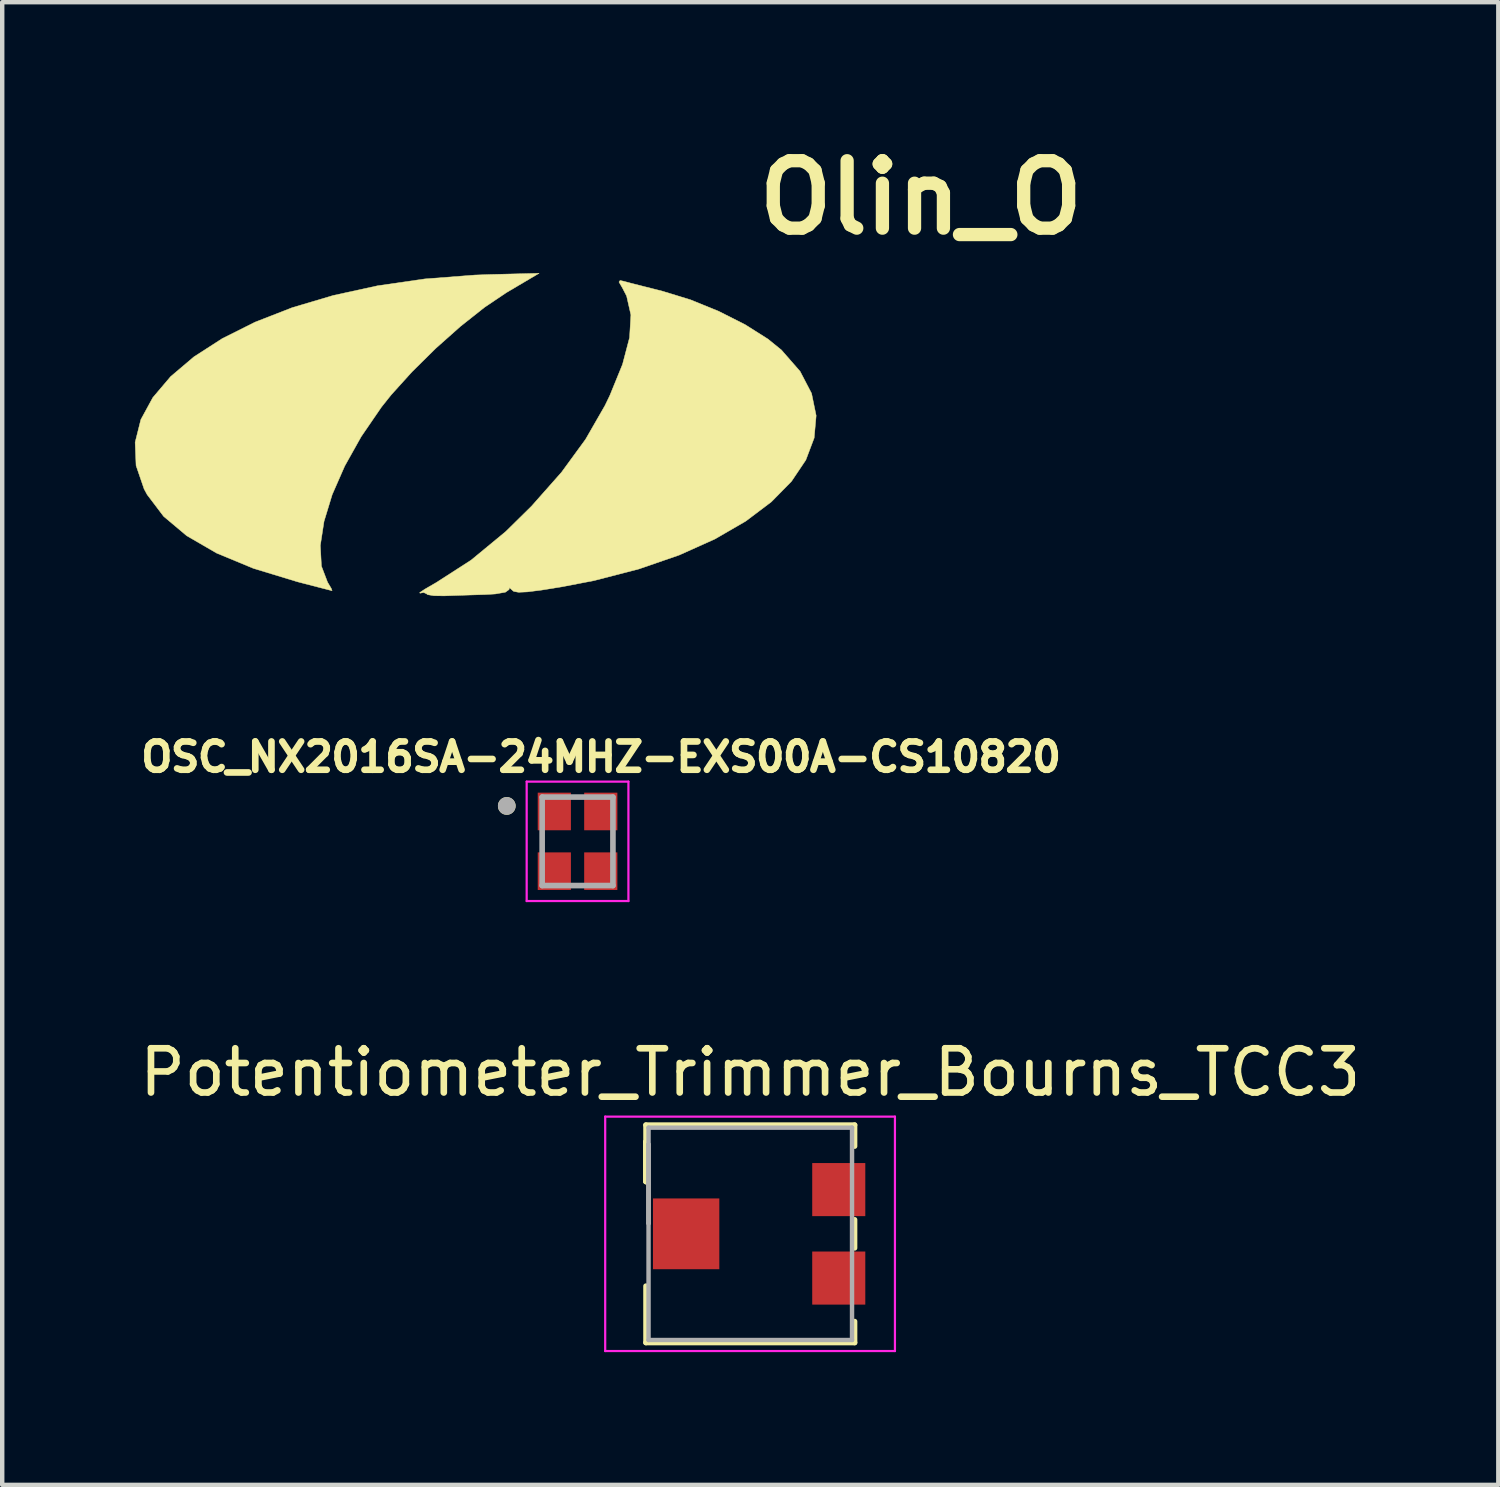
<source format=kicad_pcb>
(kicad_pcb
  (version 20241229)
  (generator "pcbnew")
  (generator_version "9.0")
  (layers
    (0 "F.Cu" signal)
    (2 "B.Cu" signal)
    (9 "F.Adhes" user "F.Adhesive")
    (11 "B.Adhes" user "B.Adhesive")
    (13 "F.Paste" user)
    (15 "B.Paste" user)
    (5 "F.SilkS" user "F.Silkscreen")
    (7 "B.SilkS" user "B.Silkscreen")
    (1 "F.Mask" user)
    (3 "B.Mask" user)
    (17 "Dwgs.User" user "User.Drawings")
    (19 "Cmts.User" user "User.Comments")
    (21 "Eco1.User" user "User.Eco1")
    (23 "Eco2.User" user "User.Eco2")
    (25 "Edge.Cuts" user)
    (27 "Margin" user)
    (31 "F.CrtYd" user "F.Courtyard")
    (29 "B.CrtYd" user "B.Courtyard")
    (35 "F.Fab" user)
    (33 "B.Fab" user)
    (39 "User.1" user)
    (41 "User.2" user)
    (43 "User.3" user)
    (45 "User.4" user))
  (footprint "Potentiometer_Trimmer_Bourns_TCC3"
    (layer "F.Cu")
    (at 13.911 24.842)
    (property "Reference" "Potentiometer_Trimmer_Bourns_TCC3" (at 0 -3.65 0) (layer "F.SilkS") (effects (font (size 1 1) (thickness 0.15))))
    (attr smd)
    (fp_line (start -2.36 -2.46) (end -2.36 -1.18) (stroke (width 0.12) (type solid)) (layer "F.SilkS"))
    (fp_line (start -2.36 -2.46) (end 2.36 -2.46) (stroke (width 0.12) (type solid)) (layer "F.SilkS"))
    (fp_line (start -2.36 -2.08) (end -2.36 -2.08) (stroke (width 0.12) (type solid)) (layer "F.SilkS"))
    (fp_line (start -2.36 -2.08) (end -2.36 -1.18) (stroke (width 0.12) (type solid)) (layer "F.SilkS"))
    (fp_line (start -2.36 -2.08) (end -2.36 -1.18) (stroke (width 0.12) (type solid)) (layer "F.SilkS"))
    (fp_line (start -2.36 1.18) (end -2.36 2.46) (stroke (width 0.12) (type solid)) (layer "F.SilkS"))
    (fp_line (start -2.36 2.46) (end 2.36 2.46) (stroke (width 0.12) (type solid)) (layer "F.SilkS"))
    (fp_line (start 2.36 -2.46) (end 2.36 -1.98) (stroke (width 0.12) (type solid)) (layer "F.SilkS"))
    (fp_line (start 2.36 -0.32) (end 2.36 0.32) (stroke (width 0.12) (type solid)) (layer "F.SilkS"))
    (fp_line (start 2.36 1.98) (end 2.36 2.46) (stroke (width 0.12) (type solid)) (layer "F.SilkS"))
    (fp_line (start -3.28 -2.65) (end -3.28 2.65) (stroke (width 0.05) (type solid)) (layer "F.CrtYd"))
    (fp_line (start -3.28 2.65) (end 3.27 2.65) (stroke (width 0.05) (type solid)) (layer "F.CrtYd"))
    (fp_line (start 3.27 -2.65) (end -3.28 -2.65) (stroke (width 0.05) (type solid)) (layer "F.CrtYd"))
    (fp_line (start 3.27 2.65) (end 3.27 -2.65) (stroke (width 0.05) (type solid)) (layer "F.CrtYd"))
    (fp_line (start -2.3 -2.4) (end -2.3 2.4) (stroke (width 0.1) (type solid)) (layer "F.Fab"))
    (fp_line (start -2.3 -2.02) (end -2.3 -2.02) (stroke (width 0.1) (type solid)) (layer "F.Fab"))
    (fp_line (start -2.3 -2.02) (end -2.3 -0.24) (stroke (width 0.1) (type solid)) (layer "F.Fab"))
    (fp_line (start -2.3 -1.13) (end -2.3 -1.13) (stroke (width 0.1) (type solid)) (layer "F.Fab"))
    (fp_line (start -2.3 -0.24) (end -2.3 -2.02) (stroke (width 0.1) (type solid)) (layer "F.Fab"))
    (fp_line (start -2.3 -0.24) (end -2.3 -0.24) (stroke (width 0.1) (type solid)) (layer "F.Fab"))
    (fp_line (start -2.3 2.4) (end 2.3 2.4) (stroke (width 0.1) (type solid)) (layer "F.Fab"))
    (fp_line (start 2.3 -2.4) (end -2.3 -2.4) (stroke (width 0.1) (type solid)) (layer "F.Fab"))
    (fp_line (start 2.3 2.4) (end 2.3 -2.4) (stroke (width 0.1) (type solid)) (layer "F.Fab"))
    (pad "1" smd rect (at 2 1) (size 1.2 1.2) (layers "F.Cu" "F.Mask"))
    (pad "2" smd rect (at -1.45 0) (size 1.5 1.6) (layers "F.Cu" "F.Mask"))
    (pad "3" smd rect (at 2 -1) (size 1.2 1.2) (layers "F.Cu" "F.Mask")))
  (footprint "Olin_O"
    (layer "F.Cu")
    (at 7.609 6.498)
    (property "Reference" "Olin_O" (at 10.16 -5.08 0) (layer "F.SilkS") (effects (font (size 1.524 1.524) (thickness 0.3))))
    (attr through_hole)
    (fp_poly (pts (xy 0.789 -2.934) (xy 0.297 -2.603) (xy -0.25 -2.17) (xy -0.811 -1.671) (xy -1.346 -1.142) (xy -1.816 -0.622) (xy -2.036 -0.346) (xy -2.493 0.321) (xy -2.866 0.987) (xy -3.149 1.632) (xy -3.334 2.238) (xy -3.418 2.783) (xy -3.393 3.25) (xy -3.253 3.617) (xy -3.251 3.619) (xy -3.169 3.757) (xy -3.152 3.806) (xy -3.238 3.784) (xy -3.451 3.729) (xy -3.753 3.651) (xy -3.937 3.603) (xy -4.93 3.301) (xy -5.762 2.956) (xy -6.438 2.564) (xy -6.96 2.125) (xy -7.332 1.634) (xy -7.401 1.507) (xy -7.583 0.976) (xy -7.604 0.451) (xy -7.475 -0.063) (xy -7.204 -0.561) (xy -6.801 -1.036) (xy -6.275 -1.482) (xy -5.636 -1.894) (xy -4.891 -2.267) (xy -4.052 -2.594) (xy -3.126 -2.869) (xy -2.124 -3.088) (xy -1.054 -3.243) (xy 0.074 -3.33) (xy 0.403 -3.342) (xy 1.527 -3.37) (xy 0.789 -2.934)) (stroke (width 0.01) (type solid)) (fill yes) (layer "F.SilkS"))
    (fp_poly (pts (xy 3.443 -3.189) (xy 3.593 -3.149) (xy 3.86 -3.081) (xy 4.193 -2.997) (xy 4.318 -2.965) (xy 4.951 -2.771) (xy 5.589 -2.511) (xy 6.188 -2.208) (xy 6.7 -1.884) (xy 7.006 -1.636) (xy 7.428 -1.153) (xy 7.687 -0.656) (xy 7.791 -0.152) (xy 7.746 0.352) (xy 7.558 0.85) (xy 7.233 1.334) (xy 6.778 1.797) (xy 6.199 2.234) (xy 5.503 2.637) (xy 4.695 3) (xy 3.782 3.315) (xy 2.77 3.577) (xy 2.038 3.718) (xy 1.58 3.792) (xy 1.263 3.832) (xy 1.062 3.841) (xy 0.952 3.82) (xy 0.917 3.79) (xy 0.858 3.736) (xy 0.848 3.78) (xy 0.766 3.839) (xy 0.538 3.879) (xy 0.318 3.892) (xy -0.049 3.903) (xy -0.421 3.915) (xy -0.614 3.922) (xy -0.848 3.919) (xy -0.993 3.895) (xy -1.016 3.876) (xy -1.082 3.846) (xy -1.164 3.862) (xy -1.172 3.849) (xy -1.055 3.771) (xy -0.838 3.645) (xy -0.801 3.624) (xy -0.009 3.114) (xy 0.774 2.468) (xy 1.356 1.895) (xy 2.034 1.129) (xy 2.578 0.384) (xy 3.017 -0.38) (xy 3.126 -0.606) (xy 3.414 -1.312) (xy 3.573 -1.917) (xy 3.603 -2.43) (xy 3.506 -2.857) (xy 3.414 -3.035) (xy 3.334 -3.173) (xy 3.359 -3.208) (xy 3.443 -3.189)) (stroke (width 0.01) (type solid)) (fill yes) (layer "F.SilkS")))
  (footprint "OSC_NX2016SA-24MHZ-EXS00A-CS10820"
    (layer "F.Cu")
    (at 10.006 15.969)
    (property "Reference" "OSC_NX2016SA-24MHZ-EXS00A-CS10820" (at 0.532 -1.906 0) (layer "F.SilkS") (effects (font (size 0.64 0.64) (thickness 0.15))))
    (attr smd)
    (fp_circle (center -1.6 -0.8) (end -1.5 -0.8) (stroke (width 0.2) (type solid)) (fill no) (layer "F.SilkS"))
    (fp_line (start -1.15 -1.35) (end -1.15 1.35) (stroke (width 0.05) (type solid)) (layer "F.CrtYd"))
    (fp_line (start -1.15 1.35) (end 1.15 1.35) (stroke (width 0.05) (type solid)) (layer "F.CrtYd"))
    (fp_line (start 1.15 -1.35) (end -1.15 -1.35) (stroke (width 0.05) (type solid)) (layer "F.CrtYd"))
    (fp_line (start 1.15 1.35) (end 1.15 -1.35) (stroke (width 0.05) (type solid)) (layer "F.CrtYd"))
    (fp_line (start -0.8 -1) (end 0.8 -1) (stroke (width 0.127) (type solid)) (layer "F.Fab"))
    (fp_line (start -0.8 1) (end -0.8 -1) (stroke (width 0.127) (type solid)) (layer "F.Fab"))
    (fp_line (start 0.8 -1) (end 0.8 1) (stroke (width 0.127) (type solid)) (layer "F.Fab"))
    (fp_line (start 0.8 1) (end -0.8 1) (stroke (width 0.127) (type solid)) (layer "F.Fab"))
    (fp_circle (center -1.6 -0.8) (end -1.5 -0.8) (stroke (width 0.2) (type solid)) (fill no) (layer "F.Fab"))
    (pad "1" smd rect (at -0.525 -0.675) (size 0.75 0.85) (layers "F.Cu" "F.Mask" "F.Paste"))
    (pad "2" smd rect (at -0.525 0.675) (size 0.75 0.85) (layers "F.Cu" "F.Mask" "F.Paste"))
    (pad "3" smd rect (at 0.525 0.675) (size 0.75 0.85) (layers "F.Cu" "F.Mask" "F.Paste"))
    (pad "4" smd rect (at 0.525 -0.675) (size 0.75 0.85) (layers "F.Cu" "F.Mask" "F.Paste")))
  (gr_rect
    (start -3 -3)
    (end 30.821 30.517)
    (stroke (width 0.1) (type default))
    (fill no)
    (layer "Edge.Cuts")))
</source>
